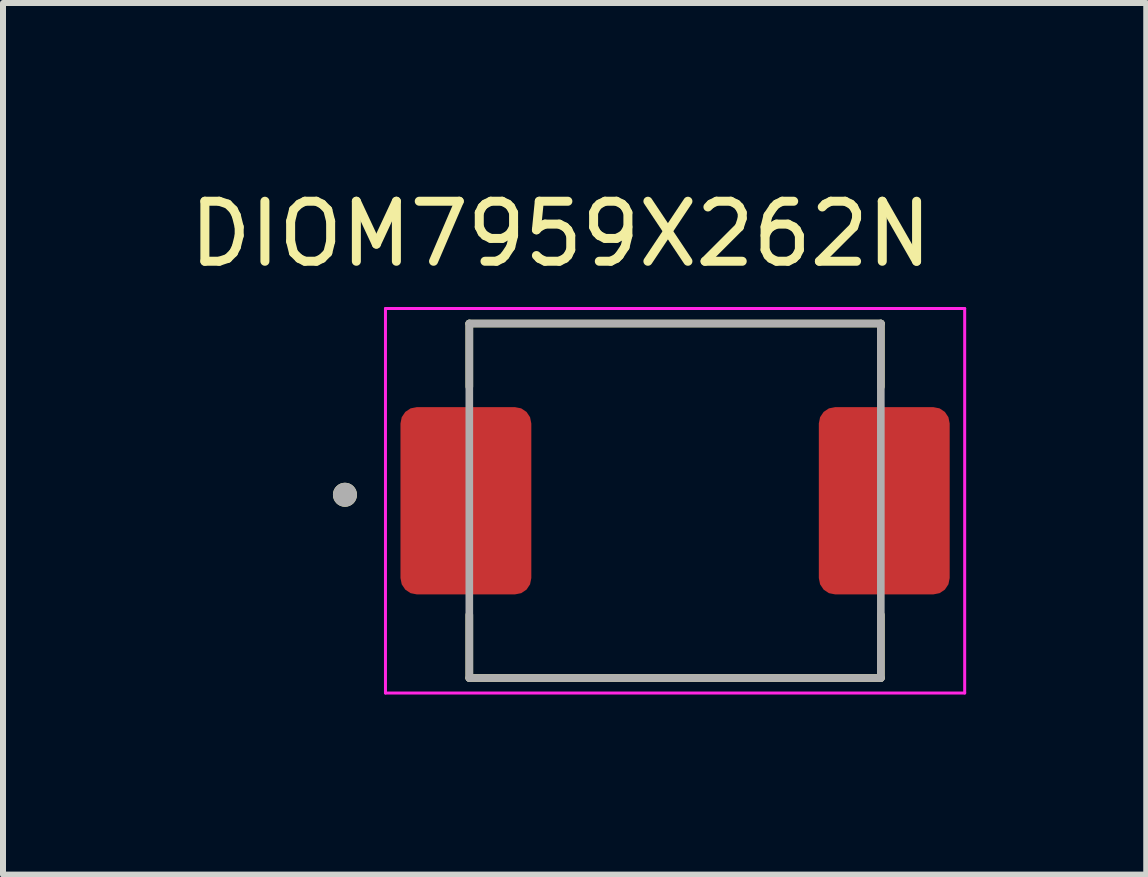
<source format=kicad_pcb>
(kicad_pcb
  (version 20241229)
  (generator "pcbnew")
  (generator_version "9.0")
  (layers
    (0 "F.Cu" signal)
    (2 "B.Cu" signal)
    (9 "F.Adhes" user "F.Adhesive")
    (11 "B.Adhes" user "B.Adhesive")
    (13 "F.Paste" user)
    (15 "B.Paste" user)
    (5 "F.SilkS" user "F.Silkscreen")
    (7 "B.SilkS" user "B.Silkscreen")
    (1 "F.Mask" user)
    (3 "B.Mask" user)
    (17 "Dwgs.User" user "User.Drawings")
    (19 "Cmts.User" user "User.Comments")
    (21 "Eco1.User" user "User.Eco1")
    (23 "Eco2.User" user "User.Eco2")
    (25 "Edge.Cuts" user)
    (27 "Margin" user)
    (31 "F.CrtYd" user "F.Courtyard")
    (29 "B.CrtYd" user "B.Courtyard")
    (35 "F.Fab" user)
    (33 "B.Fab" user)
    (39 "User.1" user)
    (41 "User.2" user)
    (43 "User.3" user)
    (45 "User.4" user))
  (footprint "DIOM7959X262N"
    (layer "F.Cu")
    (at 8.197 5.293)
    (property "Reference" "DIOM7959X262N" (at -1.905 -4.445 0) (layer "F.SilkS") (effects (font (size 1 1) (thickness 0.15))))
    (attr smd)
    (fp_line (start -3.428 -2.953) (end 3.428 -2.953) (stroke (width 0.127) (type solid)) (layer "F.SilkS"))
    (fp_line (start -3.428 -1.9) (end -3.428 -2.953) (stroke (width 0.127) (type solid)) (layer "F.SilkS"))
    (fp_line (start -3.428 1.9) (end -3.428 2.953) (stroke (width 0.127) (type solid)) (layer "F.SilkS"))
    (fp_line (start -3.428 2.953) (end 3.428 2.953) (stroke (width 0.127) (type solid)) (layer "F.SilkS"))
    (fp_line (start 3.428 -2.953) (end 3.428 -1.9) (stroke (width 0.127) (type solid)) (layer "F.SilkS"))
    (fp_line (start 3.428 2.953) (end 3.428 1.9) (stroke (width 0.127) (type solid)) (layer "F.SilkS"))
    (fp_circle (center -5.5 -0.1) (end -5.4 -0.1) (stroke (width 0.2) (type solid)) (fill no) (layer "F.SilkS"))
    (fp_line (start -4.825 -3.203) (end 4.825 -3.203) (stroke (width 0.05) (type solid)) (layer "F.CrtYd"))
    (fp_line (start -4.825 3.203) (end -4.825 -3.203) (stroke (width 0.05) (type solid)) (layer "F.CrtYd"))
    (fp_line (start 4.825 -3.203) (end 4.825 3.203) (stroke (width 0.05) (type solid)) (layer "F.CrtYd"))
    (fp_line (start 4.825 3.203) (end -4.825 3.203) (stroke (width 0.05) (type solid)) (layer "F.CrtYd"))
    (fp_line (start -3.428 -2.953) (end 3.428 -2.953) (stroke (width 0.127) (type solid)) (layer "F.Fab"))
    (fp_line (start -3.428 2.953) (end -3.428 -2.953) (stroke (width 0.127) (type solid)) (layer "F.Fab"))
    (fp_line (start 3.428 -2.953) (end 3.428 2.953) (stroke (width 0.127) (type solid)) (layer "F.Fab"))
    (fp_line (start 3.428 2.953) (end -3.428 2.953) (stroke (width 0.127) (type solid)) (layer "F.Fab"))
    (fp_circle (center -5.5 -0.1) (end -5.4 -0.1) (stroke (width 0.2) (type solid)) (fill no) (layer "F.Fab"))
    (pad "1" smd roundrect (at -3.485 0) (size 2.18 3.12) (layers "F.Cu" "F.Mask" "F.Paste") (roundrect_rratio 0.125))
    (pad "2" smd roundrect (at 3.485 0) (size 2.18 3.12) (layers "F.Cu" "F.Mask" "F.Paste") (roundrect_rratio 0.125)))
  (gr_rect
    (start -3 -3)
    (end 16.047 11.521)
    (stroke (width 0.1) (type default))
    (fill no)
    (layer "Edge.Cuts")))
</source>
